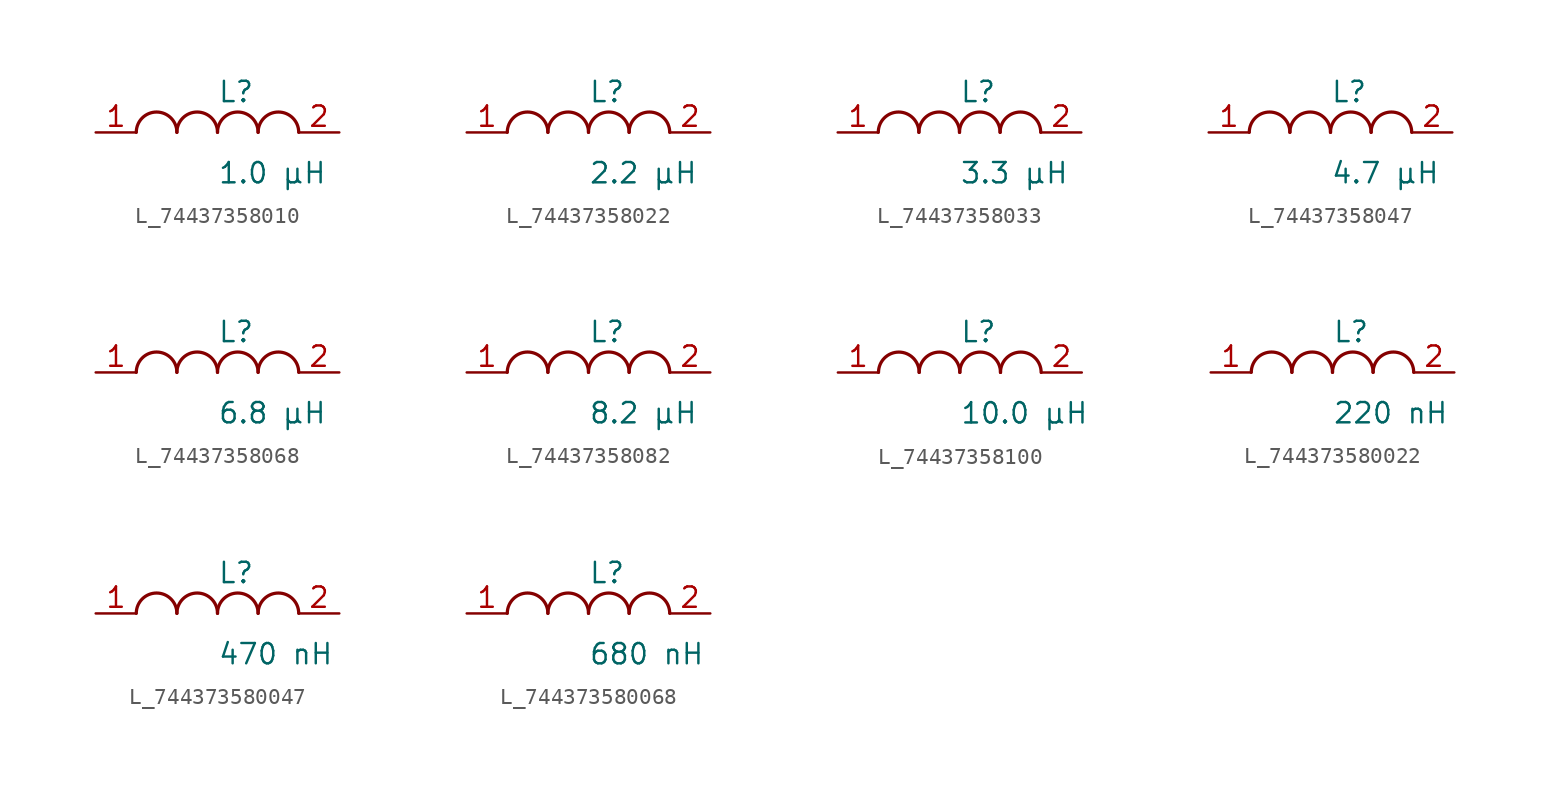
<source format=kicad_sym>
(kicad_symbol_lib
  (version 20231120)
  (generator kicad_symbol_editor)
  (generator_version 8.0)
  (symbol "L_74437358010"
    (pin_names
      (offset 0.254))
    (property "Reference" "L"
      (at 0 2.54 0)
      (effects (font (size 1.27 1.27)) (justify left)))
    (property "Value" "1.0 µH"
      (at 0 -2.54 0)
      (effects (font (size 1.27 1.27)) (justify left)))
    (symbol "L_74437358010_1_1"
      (arc (start -2.54 0.0056) (mid -3.81 1.27) (end -5.08 0.0056) (stroke (width 0.2032) (type default)) (fill (type none)))
      (arc (start 0 0.0056) (mid -1.27 1.27) (end -2.54 0.0056) (stroke (width 0.2032) (type default)) (fill (type none)))
      (arc (start 2.54 0.0056) (mid 1.27 1.27) (end 0 0.0056) (stroke (width 0.2032) (type default)) (fill (type none)))
      (arc (start 5.08 0.0056) (mid 3.81 1.27) (end 2.54 0.0056) (stroke (width 0.2032) (type default)) (fill (type none)))
      (pin unspecified line (at -7.62 0 0) (length 2.54) (name "" (effects (font (size 1.27 1.27)))) (number "1" (effects (font (size 1.27 1.27)))))
      (pin unspecified line (at 7.62 0 180) (length 2.54) (name "" (effects (font (size 1.27 1.27)))) (number "2" (effects (font (size 1.27 1.27)))))))
  (symbol "L_74437358022"
    (pin_names
      (offset 0.254))
    (property "Reference" "L"
      (at 0 2.54 0)
      (effects (font (size 1.27 1.27)) (justify left)))
    (property "Value" "2.2 µH"
      (at 0 -2.54 0)
      (effects (font (size 1.27 1.27)) (justify left)))
    (symbol "L_74437358022_1_1"
      (arc (start -2.54 0.0056) (mid -3.81 1.27) (end -5.08 0.0056) (stroke (width 0.2032) (type default)) (fill (type none)))
      (arc (start 0 0.0056) (mid -1.27 1.27) (end -2.54 0.0056) (stroke (width 0.2032) (type default)) (fill (type none)))
      (arc (start 2.54 0.0056) (mid 1.27 1.27) (end 0 0.0056) (stroke (width 0.2032) (type default)) (fill (type none)))
      (arc (start 5.08 0.0056) (mid 3.81 1.27) (end 2.54 0.0056) (stroke (width 0.2032) (type default)) (fill (type none)))
      (pin unspecified line (at -7.62 0 0) (length 2.54) (name "" (effects (font (size 1.27 1.27)))) (number "1" (effects (font (size 1.27 1.27)))))
      (pin unspecified line (at 7.62 0 180) (length 2.54) (name "" (effects (font (size 1.27 1.27)))) (number "2" (effects (font (size 1.27 1.27)))))))
  (symbol "L_74437358033"
    (pin_names
      (offset 0.254))
    (property "Reference" "L"
      (at 0 2.54 0)
      (effects (font (size 1.27 1.27)) (justify left)))
    (property "Value" "3.3 µH"
      (at 0 -2.54 0)
      (effects (font (size 1.27 1.27)) (justify left)))
    (symbol "L_74437358033_1_1"
      (arc (start -2.54 0.0056) (mid -3.81 1.27) (end -5.08 0.0056) (stroke (width 0.2032) (type default)) (fill (type none)))
      (arc (start 0 0.0056) (mid -1.27 1.27) (end -2.54 0.0056) (stroke (width 0.2032) (type default)) (fill (type none)))
      (arc (start 2.54 0.0056) (mid 1.27 1.27) (end 0 0.0056) (stroke (width 0.2032) (type default)) (fill (type none)))
      (arc (start 5.08 0.0056) (mid 3.81 1.27) (end 2.54 0.0056) (stroke (width 0.2032) (type default)) (fill (type none)))
      (pin unspecified line (at -7.62 0 0) (length 2.54) (name "" (effects (font (size 1.27 1.27)))) (number "1" (effects (font (size 1.27 1.27)))))
      (pin unspecified line (at 7.62 0 180) (length 2.54) (name "" (effects (font (size 1.27 1.27)))) (number "2" (effects (font (size 1.27 1.27)))))))
  (symbol "L_74437358047"
    (pin_names
      (offset 0.254))
    (property "Reference" "L"
      (at 0 2.54 0)
      (effects (font (size 1.27 1.27)) (justify left)))
    (property "Value" "4.7 µH"
      (at 0 -2.54 0)
      (effects (font (size 1.27 1.27)) (justify left)))
    (symbol "L_74437358047_1_1"
      (arc (start -2.54 0.0056) (mid -3.81 1.27) (end -5.08 0.0056) (stroke (width 0.2032) (type default)) (fill (type none)))
      (arc (start 0 0.0056) (mid -1.27 1.27) (end -2.54 0.0056) (stroke (width 0.2032) (type default)) (fill (type none)))
      (arc (start 2.54 0.0056) (mid 1.27 1.27) (end 0 0.0056) (stroke (width 0.2032) (type default)) (fill (type none)))
      (arc (start 5.08 0.0056) (mid 3.81 1.27) (end 2.54 0.0056) (stroke (width 0.2032) (type default)) (fill (type none)))
      (pin unspecified line (at -7.62 0 0) (length 2.54) (name "" (effects (font (size 1.27 1.27)))) (number "1" (effects (font (size 1.27 1.27)))))
      (pin unspecified line (at 7.62 0 180) (length 2.54) (name "" (effects (font (size 1.27 1.27)))) (number "2" (effects (font (size 1.27 1.27)))))))
  (symbol "L_74437358068"
    (pin_names
      (offset 0.254))
    (property "Reference" "L"
      (at 0 2.54 0)
      (effects (font (size 1.27 1.27)) (justify left)))
    (property "Value" "6.8 µH"
      (at 0 -2.54 0)
      (effects (font (size 1.27 1.27)) (justify left)))
    (symbol "L_74437358068_1_1"
      (arc (start -2.54 0.0056) (mid -3.81 1.27) (end -5.08 0.0056) (stroke (width 0.2032) (type default)) (fill (type none)))
      (arc (start 0 0.0056) (mid -1.27 1.27) (end -2.54 0.0056) (stroke (width 0.2032) (type default)) (fill (type none)))
      (arc (start 2.54 0.0056) (mid 1.27 1.27) (end 0 0.0056) (stroke (width 0.2032) (type default)) (fill (type none)))
      (arc (start 5.08 0.0056) (mid 3.81 1.27) (end 2.54 0.0056) (stroke (width 0.2032) (type default)) (fill (type none)))
      (pin unspecified line (at -7.62 0 0) (length 2.54) (name "" (effects (font (size 1.27 1.27)))) (number "1" (effects (font (size 1.27 1.27)))))
      (pin unspecified line (at 7.62 0 180) (length 2.54) (name "" (effects (font (size 1.27 1.27)))) (number "2" (effects (font (size 1.27 1.27)))))))
  (symbol "L_74437358082"
    (pin_names
      (offset 0.254))
    (property "Reference" "L"
      (at 0 2.54 0)
      (effects (font (size 1.27 1.27)) (justify left)))
    (property "Value" "8.2 µH"
      (at 0 -2.54 0)
      (effects (font (size 1.27 1.27)) (justify left)))
    (symbol "L_74437358082_1_1"
      (arc (start -2.54 0.0056) (mid -3.81 1.27) (end -5.08 0.0056) (stroke (width 0.2032) (type default)) (fill (type none)))
      (arc (start 0 0.0056) (mid -1.27 1.27) (end -2.54 0.0056) (stroke (width 0.2032) (type default)) (fill (type none)))
      (arc (start 2.54 0.0056) (mid 1.27 1.27) (end 0 0.0056) (stroke (width 0.2032) (type default)) (fill (type none)))
      (arc (start 5.08 0.0056) (mid 3.81 1.27) (end 2.54 0.0056) (stroke (width 0.2032) (type default)) (fill (type none)))
      (pin unspecified line (at -7.62 0 0) (length 2.54) (name "" (effects (font (size 1.27 1.27)))) (number "1" (effects (font (size 1.27 1.27)))))
      (pin unspecified line (at 7.62 0 180) (length 2.54) (name "" (effects (font (size 1.27 1.27)))) (number "2" (effects (font (size 1.27 1.27)))))))
  (symbol "L_74437358100"
    (pin_names
      (offset 0.254))
    (property "Reference" "L"
      (at 0 2.54 0)
      (effects (font (size 1.27 1.27)) (justify left)))
    (property "Value" "10.0 µH"
      (at 0 -2.54 0)
      (effects (font (size 1.27 1.27)) (justify left)))
    (symbol "L_74437358100_1_1"
      (arc (start -2.54 0.0056) (mid -3.81 1.27) (end -5.08 0.0056) (stroke (width 0.2032) (type default)) (fill (type none)))
      (arc (start 0 0.0056) (mid -1.27 1.27) (end -2.54 0.0056) (stroke (width 0.2032) (type default)) (fill (type none)))
      (arc (start 2.54 0.0056) (mid 1.27 1.27) (end 0 0.0056) (stroke (width 0.2032) (type default)) (fill (type none)))
      (arc (start 5.08 0.0056) (mid 3.81 1.27) (end 2.54 0.0056) (stroke (width 0.2032) (type default)) (fill (type none)))
      (pin unspecified line (at -7.62 0 0) (length 2.54) (name "" (effects (font (size 1.27 1.27)))) (number "1" (effects (font (size 1.27 1.27)))))
      (pin unspecified line (at 7.62 0 180) (length 2.54) (name "" (effects (font (size 1.27 1.27)))) (number "2" (effects (font (size 1.27 1.27)))))))
  (symbol "L_744373580022"
    (pin_names
      (offset 0.254))
    (property "Reference" "L"
      (at 0 2.54 0)
      (effects (font (size 1.27 1.27)) (justify left)))
    (property "Value" "220 nH"
      (at 0 -2.54 0)
      (effects (font (size 1.27 1.27)) (justify left)))
    (symbol "L_744373580022_1_1"
      (arc (start -2.54 0.0056) (mid -3.81 1.27) (end -5.08 0.0056) (stroke (width 0.2032) (type default)) (fill (type none)))
      (arc (start 0 0.0056) (mid -1.27 1.27) (end -2.54 0.0056) (stroke (width 0.2032) (type default)) (fill (type none)))
      (arc (start 2.54 0.0056) (mid 1.27 1.27) (end 0 0.0056) (stroke (width 0.2032) (type default)) (fill (type none)))
      (arc (start 5.08 0.0056) (mid 3.81 1.27) (end 2.54 0.0056) (stroke (width 0.2032) (type default)) (fill (type none)))
      (pin unspecified line (at -7.62 0 0) (length 2.54) (name "" (effects (font (size 1.27 1.27)))) (number "1" (effects (font (size 1.27 1.27)))))
      (pin unspecified line (at 7.62 0 180) (length 2.54) (name "" (effects (font (size 1.27 1.27)))) (number "2" (effects (font (size 1.27 1.27)))))))
  (symbol "L_744373580047"
    (pin_names
      (offset 0.254))
    (property "Reference" "L"
      (at 0 2.54 0)
      (effects (font (size 1.27 1.27)) (justify left)))
    (property "Value" "470 nH"
      (at 0 -2.54 0)
      (effects (font (size 1.27 1.27)) (justify left)))
    (symbol "L_744373580047_1_1"
      (arc (start -2.54 0.0056) (mid -3.81 1.27) (end -5.08 0.0056) (stroke (width 0.2032) (type default)) (fill (type none)))
      (arc (start 0 0.0056) (mid -1.27 1.27) (end -2.54 0.0056) (stroke (width 0.2032) (type default)) (fill (type none)))
      (arc (start 2.54 0.0056) (mid 1.27 1.27) (end 0 0.0056) (stroke (width 0.2032) (type default)) (fill (type none)))
      (arc (start 5.08 0.0056) (mid 3.81 1.27) (end 2.54 0.0056) (stroke (width 0.2032) (type default)) (fill (type none)))
      (pin unspecified line (at -7.62 0 0) (length 2.54) (name "" (effects (font (size 1.27 1.27)))) (number "1" (effects (font (size 1.27 1.27)))))
      (pin unspecified line (at 7.62 0 180) (length 2.54) (name "" (effects (font (size 1.27 1.27)))) (number "2" (effects (font (size 1.27 1.27)))))))
  (symbol "L_744373580068"
    (pin_names
      (offset 0.254))
    (property "Reference" "L"
      (at 0 2.54 0)
      (effects (font (size 1.27 1.27)) (justify left)))
    (property "Value" "680 nH"
      (at 0 -2.54 0)
      (effects (font (size 1.27 1.27)) (justify left)))
    (symbol "L_744373580068_1_1"
      (arc (start -2.54 0.0056) (mid -3.81 1.27) (end -5.08 0.0056) (stroke (width 0.2032) (type default)) (fill (type none)))
      (arc (start 0 0.0056) (mid -1.27 1.27) (end -2.54 0.0056) (stroke (width 0.2032) (type default)) (fill (type none)))
      (arc (start 2.54 0.0056) (mid 1.27 1.27) (end 0 0.0056) (stroke (width 0.2032) (type default)) (fill (type none)))
      (arc (start 5.08 0.0056) (mid 3.81 1.27) (end 2.54 0.0056) (stroke (width 0.2032) (type default)) (fill (type none)))
      (pin unspecified line (at -7.62 0 0) (length 2.54) (name "" (effects (font (size 1.27 1.27)))) (number "1" (effects (font (size 1.27 1.27)))))
      (pin unspecified line (at 7.62 0 180) (length 2.54) (name "" (effects (font (size 1.27 1.27)))) (number "2" (effects (font (size 1.27 1.27))))))))
</source>
